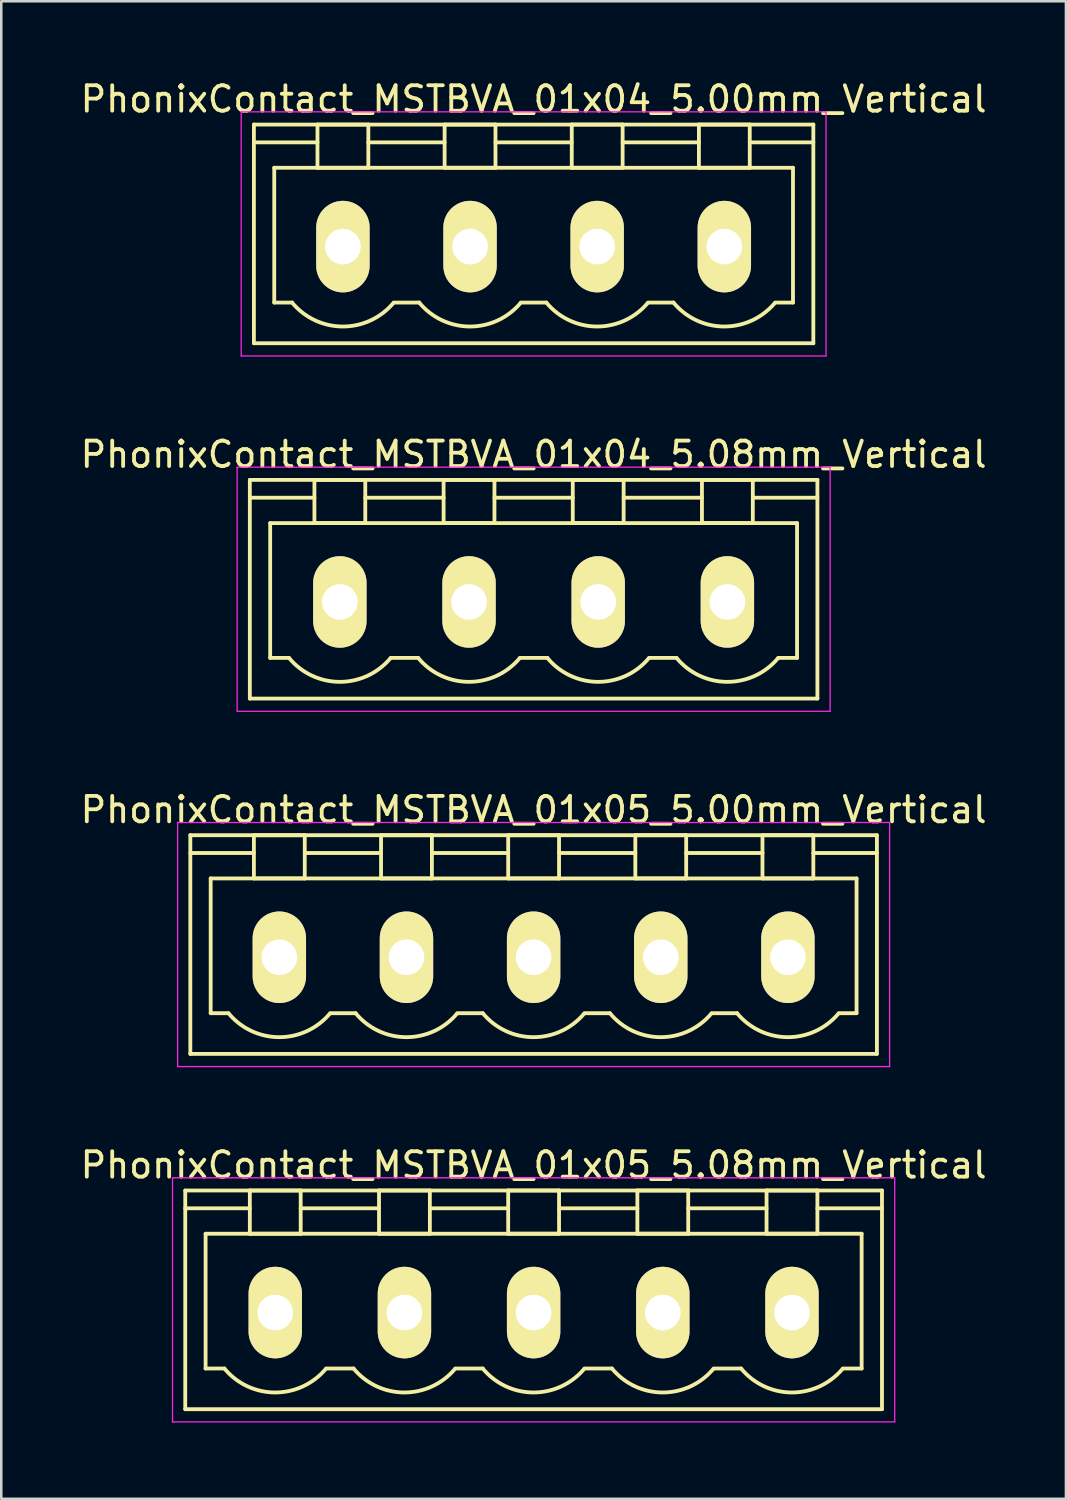
<source format=kicad_pcb>
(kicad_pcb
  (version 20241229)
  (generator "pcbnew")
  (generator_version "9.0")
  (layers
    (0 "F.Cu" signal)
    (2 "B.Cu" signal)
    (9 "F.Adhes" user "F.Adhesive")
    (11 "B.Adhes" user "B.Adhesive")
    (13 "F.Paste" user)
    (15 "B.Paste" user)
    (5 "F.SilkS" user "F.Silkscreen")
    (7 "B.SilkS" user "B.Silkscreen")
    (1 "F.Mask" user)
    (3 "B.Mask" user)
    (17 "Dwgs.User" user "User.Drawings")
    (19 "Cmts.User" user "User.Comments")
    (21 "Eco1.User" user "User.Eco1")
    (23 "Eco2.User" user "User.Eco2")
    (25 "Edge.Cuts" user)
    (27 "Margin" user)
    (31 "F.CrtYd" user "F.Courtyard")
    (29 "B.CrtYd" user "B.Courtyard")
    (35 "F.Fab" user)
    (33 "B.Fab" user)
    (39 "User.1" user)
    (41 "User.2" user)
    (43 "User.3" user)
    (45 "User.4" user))
  (footprint "PhonixContact_MSTBVA_01x05_5.08mm_Vertical"
    (layer "F.Cu")
    (at 7.775 48.568)
    (property "Reference" "PhonixContact_MSTBVA_01x05_5.08mm_Vertical" (at 10.16 -5.8 0) (layer "F.SilkS") (effects (font (size 1 1) (thickness 0.15))))
    (attr through_hole)
    (fp_line (start -3.54 -4.8) (end -3.54 3.8) (stroke (width 0.15) (type solid)) (layer "F.SilkS"))
    (fp_line (start -3.54 -4.1) (end -1 -4.1) (stroke (width 0.15) (type solid)) (layer "F.SilkS"))
    (fp_line (start -3.54 3.8) (end 23.86 3.8) (stroke (width 0.15) (type solid)) (layer "F.SilkS"))
    (fp_line (start -2.74 -3.1) (end 23.06 -3.1) (stroke (width 0.15) (type solid)) (layer "F.SilkS"))
    (fp_line (start -2.74 2.2) (end -2.74 -3.1) (stroke (width 0.15) (type solid)) (layer "F.SilkS"))
    (fp_line (start -2 2.2) (end -2.74 2.2) (stroke (width 0.15) (type solid)) (layer "F.SilkS"))
    (fp_line (start -1 -4.8) (end 1 -4.8) (stroke (width 0.15) (type solid)) (layer "F.SilkS"))
    (fp_line (start -1 -3.1) (end -1 -4.8) (stroke (width 0.15) (type solid)) (layer "F.SilkS"))
    (fp_line (start 1 -4.8) (end 1 -3.1) (stroke (width 0.15) (type solid)) (layer "F.SilkS"))
    (fp_line (start 1 -4.1) (end 4.08 -4.1) (stroke (width 0.15) (type solid)) (layer "F.SilkS"))
    (fp_line (start 1 -3.1) (end -1 -3.1) (stroke (width 0.15) (type solid)) (layer "F.SilkS"))
    (fp_line (start 2 2.2) (end 3.08 2.2) (stroke (width 0.15) (type solid)) (layer "F.SilkS"))
    (fp_line (start 4.08 -4.8) (end 6.08 -4.8) (stroke (width 0.15) (type solid)) (layer "F.SilkS"))
    (fp_line (start 4.08 -3.1) (end 4.08 -4.8) (stroke (width 0.15) (type solid)) (layer "F.SilkS"))
    (fp_line (start 6.08 -4.8) (end 6.08 -3.1) (stroke (width 0.15) (type solid)) (layer "F.SilkS"))
    (fp_line (start 6.08 -4.1) (end 9.16 -4.1) (stroke (width 0.15) (type solid)) (layer "F.SilkS"))
    (fp_line (start 6.08 -3.1) (end 4.08 -3.1) (stroke (width 0.15) (type solid)) (layer "F.SilkS"))
    (fp_line (start 7.08 2.2) (end 8.16 2.2) (stroke (width 0.15) (type solid)) (layer "F.SilkS"))
    (fp_line (start 9.16 -4.8) (end 11.16 -4.8) (stroke (width 0.15) (type solid)) (layer "F.SilkS"))
    (fp_line (start 9.16 -3.1) (end 9.16 -4.8) (stroke (width 0.15) (type solid)) (layer "F.SilkS"))
    (fp_line (start 11.16 -4.8) (end 11.16 -3.1) (stroke (width 0.15) (type solid)) (layer "F.SilkS"))
    (fp_line (start 11.16 -4.1) (end 14.24 -4.1) (stroke (width 0.15) (type solid)) (layer "F.SilkS"))
    (fp_line (start 11.16 -3.1) (end 9.16 -3.1) (stroke (width 0.15) (type solid)) (layer "F.SilkS"))
    (fp_line (start 12.16 2.2) (end 13.24 2.2) (stroke (width 0.15) (type solid)) (layer "F.SilkS"))
    (fp_line (start 14.24 -4.8) (end 16.24 -4.8) (stroke (width 0.15) (type solid)) (layer "F.SilkS"))
    (fp_line (start 14.24 -3.1) (end 14.24 -4.8) (stroke (width 0.15) (type solid)) (layer "F.SilkS"))
    (fp_line (start 16.24 -4.8) (end 16.24 -3.1) (stroke (width 0.15) (type solid)) (layer "F.SilkS"))
    (fp_line (start 16.24 -4.1) (end 19.32 -4.1) (stroke (width 0.15) (type solid)) (layer "F.SilkS"))
    (fp_line (start 16.24 -3.1) (end 14.24 -3.1) (stroke (width 0.15) (type solid)) (layer "F.SilkS"))
    (fp_line (start 17.24 2.2) (end 18.32 2.2) (stroke (width 0.15) (type solid)) (layer "F.SilkS"))
    (fp_line (start 19.32 -4.8) (end 21.32 -4.8) (stroke (width 0.15) (type solid)) (layer "F.SilkS"))
    (fp_line (start 19.32 -3.1) (end 19.32 -4.8) (stroke (width 0.15) (type solid)) (layer "F.SilkS"))
    (fp_line (start 21.32 -4.8) (end 21.32 -3.1) (stroke (width 0.15) (type solid)) (layer "F.SilkS"))
    (fp_line (start 21.32 -3.1) (end 19.32 -3.1) (stroke (width 0.15) (type solid)) (layer "F.SilkS"))
    (fp_line (start 23.06 -3.1) (end 23.06 2.2) (stroke (width 0.15) (type solid)) (layer "F.SilkS"))
    (fp_line (start 23.06 2.2) (end 22.32 2.2) (stroke (width 0.15) (type solid)) (layer "F.SilkS"))
    (fp_line (start 23.86 -4.8) (end -3.54 -4.8) (stroke (width 0.15) (type solid)) (layer "F.SilkS"))
    (fp_line (start 23.86 -4.1) (end 21.32 -4.1) (stroke (width 0.15) (type solid)) (layer "F.SilkS"))
    (fp_line (start 23.86 3.8) (end 23.86 -4.8) (stroke (width 0.15) (type solid)) (layer "F.SilkS"))
    (fp_arc (start 1.986842 2.215821) (mid -0.010289 3.142758) (end -2 2.2) (stroke (width 0.15) (type solid)) (layer "F.SilkS"))
    (fp_arc (start 7.066842 2.215821) (mid 5.069711 3.142758) (end 3.08 2.2) (stroke (width 0.15) (type solid)) (layer "F.SilkS"))
    (fp_arc (start 12.146842 2.215821) (mid 10.149711 3.142758) (end 8.16 2.2) (stroke (width 0.15) (type solid)) (layer "F.SilkS"))
    (fp_arc (start 17.226842 2.215821) (mid 15.229711 3.142758) (end 13.24 2.2) (stroke (width 0.15) (type solid)) (layer "F.SilkS"))
    (fp_arc (start 22.306842 2.215821) (mid 20.309711 3.142758) (end 18.32 2.2) (stroke (width 0.15) (type solid)) (layer "F.SilkS"))
    (fp_line (start -4.04 -5.3) (end -4.04 4.3) (stroke (width 0.05) (type solid)) (layer "F.CrtYd"))
    (fp_line (start -4.04 4.3) (end 24.36 4.3) (stroke (width 0.05) (type solid)) (layer "F.CrtYd"))
    (fp_line (start 24.36 -5.3) (end -4.04 -5.3) (stroke (width 0.05) (type solid)) (layer "F.CrtYd"))
    (fp_line (start 24.36 4.3) (end 24.36 -5.3) (stroke (width 0.05) (type solid)) (layer "F.CrtYd"))
    (pad "1" thru_hole oval (at 0 0) (size 2.1 3.6) (drill 1.4) (layers "*.Cu" "*.Mask" "F.SilkS"))
    (pad "2" thru_hole oval (at 5.08 0) (size 2.1 3.6) (drill 1.4) (layers "*.Cu" "*.Mask" "F.SilkS"))
    (pad "3" thru_hole oval (at 10.16 0) (size 2.1 3.6) (drill 1.4) (layers "*.Cu" "*.Mask" "F.SilkS"))
    (pad "4" thru_hole oval (at 15.24 0) (size 2.1 3.6) (drill 1.4) (layers "*.Cu" "*.Mask" "F.SilkS"))
    (pad "5" thru_hole oval (at 20.32 0) (size 2.1 3.6) (drill 1.4) (layers "*.Cu" "*.Mask" "F.SilkS")))
  (footprint "PhonixContact_MSTBVA_01x05_5.00mm_Vertical"
    (layer "F.Cu")
    (at 7.935 34.595)
    (property "Reference" "PhonixContact_MSTBVA_01x05_5.00mm_Vertical" (at 10 -5.8 0) (layer "F.SilkS") (effects (font (size 1 1) (thickness 0.15))))
    (attr through_hole)
    (fp_line (start -3.5 -4.8) (end -3.5 3.8) (stroke (width 0.15) (type solid)) (layer "F.SilkS"))
    (fp_line (start -3.5 -4.1) (end -1 -4.1) (stroke (width 0.15) (type solid)) (layer "F.SilkS"))
    (fp_line (start -3.5 3.8) (end 23.5 3.8) (stroke (width 0.15) (type solid)) (layer "F.SilkS"))
    (fp_line (start -2.7 -3.1) (end 22.7 -3.1) (stroke (width 0.15) (type solid)) (layer "F.SilkS"))
    (fp_line (start -2.7 2.2) (end -2.7 -3.1) (stroke (width 0.15) (type solid)) (layer "F.SilkS"))
    (fp_line (start -2 2.2) (end -2.7 2.2) (stroke (width 0.15) (type solid)) (layer "F.SilkS"))
    (fp_line (start -1 -4.8) (end 1 -4.8) (stroke (width 0.15) (type solid)) (layer "F.SilkS"))
    (fp_line (start -1 -3.1) (end -1 -4.8) (stroke (width 0.15) (type solid)) (layer "F.SilkS"))
    (fp_line (start 1 -4.8) (end 1 -3.1) (stroke (width 0.15) (type solid)) (layer "F.SilkS"))
    (fp_line (start 1 -4.1) (end 4 -4.1) (stroke (width 0.15) (type solid)) (layer "F.SilkS"))
    (fp_line (start 1 -3.1) (end -1 -3.1) (stroke (width 0.15) (type solid)) (layer "F.SilkS"))
    (fp_line (start 2 2.2) (end 3 2.2) (stroke (width 0.15) (type solid)) (layer "F.SilkS"))
    (fp_line (start 4 -4.8) (end 6 -4.8) (stroke (width 0.15) (type solid)) (layer "F.SilkS"))
    (fp_line (start 4 -3.1) (end 4 -4.8) (stroke (width 0.15) (type solid)) (layer "F.SilkS"))
    (fp_line (start 6 -4.8) (end 6 -3.1) (stroke (width 0.15) (type solid)) (layer "F.SilkS"))
    (fp_line (start 6 -4.1) (end 9 -4.1) (stroke (width 0.15) (type solid)) (layer "F.SilkS"))
    (fp_line (start 6 -3.1) (end 4 -3.1) (stroke (width 0.15) (type solid)) (layer "F.SilkS"))
    (fp_line (start 7 2.2) (end 8 2.2) (stroke (width 0.15) (type solid)) (layer "F.SilkS"))
    (fp_line (start 9 -4.8) (end 11 -4.8) (stroke (width 0.15) (type solid)) (layer "F.SilkS"))
    (fp_line (start 9 -3.1) (end 9 -4.8) (stroke (width 0.15) (type solid)) (layer "F.SilkS"))
    (fp_line (start 11 -4.8) (end 11 -3.1) (stroke (width 0.15) (type solid)) (layer "F.SilkS"))
    (fp_line (start 11 -4.1) (end 14 -4.1) (stroke (width 0.15) (type solid)) (layer "F.SilkS"))
    (fp_line (start 11 -3.1) (end 9 -3.1) (stroke (width 0.15) (type solid)) (layer "F.SilkS"))
    (fp_line (start 12 2.2) (end 13 2.2) (stroke (width 0.15) (type solid)) (layer "F.SilkS"))
    (fp_line (start 14 -4.8) (end 16 -4.8) (stroke (width 0.15) (type solid)) (layer "F.SilkS"))
    (fp_line (start 14 -3.1) (end 14 -4.8) (stroke (width 0.15) (type solid)) (layer "F.SilkS"))
    (fp_line (start 16 -4.8) (end 16 -3.1) (stroke (width 0.15) (type solid)) (layer "F.SilkS"))
    (fp_line (start 16 -4.1) (end 19 -4.1) (stroke (width 0.15) (type solid)) (layer "F.SilkS"))
    (fp_line (start 16 -3.1) (end 14 -3.1) (stroke (width 0.15) (type solid)) (layer "F.SilkS"))
    (fp_line (start 17 2.2) (end 18 2.2) (stroke (width 0.15) (type solid)) (layer "F.SilkS"))
    (fp_line (start 19 -4.8) (end 21 -4.8) (stroke (width 0.15) (type solid)) (layer "F.SilkS"))
    (fp_line (start 19 -3.1) (end 19 -4.8) (stroke (width 0.15) (type solid)) (layer "F.SilkS"))
    (fp_line (start 21 -4.8) (end 21 -3.1) (stroke (width 0.15) (type solid)) (layer "F.SilkS"))
    (fp_line (start 21 -3.1) (end 19 -3.1) (stroke (width 0.15) (type solid)) (layer "F.SilkS"))
    (fp_line (start 22.7 -3.1) (end 22.7 2.2) (stroke (width 0.15) (type solid)) (layer "F.SilkS"))
    (fp_line (start 22.7 2.2) (end 22 2.2) (stroke (width 0.15) (type solid)) (layer "F.SilkS"))
    (fp_line (start 23.5 -4.8) (end -3.5 -4.8) (stroke (width 0.15) (type solid)) (layer "F.SilkS"))
    (fp_line (start 23.5 -4.1) (end 21 -4.1) (stroke (width 0.15) (type solid)) (layer "F.SilkS"))
    (fp_line (start 23.5 3.8) (end 23.5 -4.8) (stroke (width 0.15) (type solid)) (layer "F.SilkS"))
    (fp_arc (start 1.986842 2.215821) (mid -0.010289 3.142758) (end -2 2.2) (stroke (width 0.15) (type solid)) (layer "F.SilkS"))
    (fp_arc (start 6.986842 2.215821) (mid 4.989711 3.142758) (end 3 2.2) (stroke (width 0.15) (type solid)) (layer "F.SilkS"))
    (fp_arc (start 11.986842 2.215821) (mid 9.989711 3.142758) (end 8 2.2) (stroke (width 0.15) (type solid)) (layer "F.SilkS"))
    (fp_arc (start 16.986842 2.215821) (mid 14.989711 3.142758) (end 13 2.2) (stroke (width 0.15) (type solid)) (layer "F.SilkS"))
    (fp_arc (start 21.986842 2.215821) (mid 19.989711 3.142758) (end 18 2.2) (stroke (width 0.15) (type solid)) (layer "F.SilkS"))
    (fp_line (start -4 -5.3) (end -4 4.3) (stroke (width 0.05) (type solid)) (layer "F.CrtYd"))
    (fp_line (start -4 4.3) (end 24 4.3) (stroke (width 0.05) (type solid)) (layer "F.CrtYd"))
    (fp_line (start 24 -5.3) (end -4 -5.3) (stroke (width 0.05) (type solid)) (layer "F.CrtYd"))
    (fp_line (start 24 4.3) (end 24 -5.3) (stroke (width 0.05) (type solid)) (layer "F.CrtYd"))
    (pad "1" thru_hole oval (at 0 0) (size 2.1 3.6) (drill 1.4) (layers "*.Cu" "*.Mask" "F.SilkS"))
    (pad "2" thru_hole oval (at 5 0) (size 2.1 3.6) (drill 1.4) (layers "*.Cu" "*.Mask" "F.SilkS"))
    (pad "3" thru_hole oval (at 10 0) (size 2.1 3.6) (drill 1.4) (layers "*.Cu" "*.Mask" "F.SilkS"))
    (pad "4" thru_hole oval (at 15 0) (size 2.1 3.6) (drill 1.4) (layers "*.Cu" "*.Mask" "F.SilkS"))
    (pad "5" thru_hole oval (at 20 0) (size 2.1 3.6) (drill 1.4) (layers "*.Cu" "*.Mask" "F.SilkS")))
  (footprint "PhonixContact_MSTBVA_01x04_5.08mm_Vertical"
    (layer "F.Cu")
    (at 10.315 20.622)
    (property "Reference" "PhonixContact_MSTBVA_01x04_5.08mm_Vertical" (at 7.62 -5.8 0) (layer "F.SilkS") (effects (font (size 1 1) (thickness 0.15))))
    (attr through_hole)
    (fp_line (start -3.54 -4.8) (end -3.54 3.8) (stroke (width 0.15) (type solid)) (layer "F.SilkS"))
    (fp_line (start -3.54 -4.1) (end -1 -4.1) (stroke (width 0.15) (type solid)) (layer "F.SilkS"))
    (fp_line (start -3.54 3.8) (end 18.78 3.8) (stroke (width 0.15) (type solid)) (layer "F.SilkS"))
    (fp_line (start -2.74 -3.1) (end 17.98 -3.1) (stroke (width 0.15) (type solid)) (layer "F.SilkS"))
    (fp_line (start -2.74 2.2) (end -2.74 -3.1) (stroke (width 0.15) (type solid)) (layer "F.SilkS"))
    (fp_line (start -2 2.2) (end -2.74 2.2) (stroke (width 0.15) (type solid)) (layer "F.SilkS"))
    (fp_line (start -1 -4.8) (end 1 -4.8) (stroke (width 0.15) (type solid)) (layer "F.SilkS"))
    (fp_line (start -1 -3.1) (end -1 -4.8) (stroke (width 0.15) (type solid)) (layer "F.SilkS"))
    (fp_line (start 1 -4.8) (end 1 -3.1) (stroke (width 0.15) (type solid)) (layer "F.SilkS"))
    (fp_line (start 1 -4.1) (end 4.08 -4.1) (stroke (width 0.15) (type solid)) (layer "F.SilkS"))
    (fp_line (start 1 -3.1) (end -1 -3.1) (stroke (width 0.15) (type solid)) (layer "F.SilkS"))
    (fp_line (start 2 2.2) (end 3.08 2.2) (stroke (width 0.15) (type solid)) (layer "F.SilkS"))
    (fp_line (start 4.08 -4.8) (end 6.08 -4.8) (stroke (width 0.15) (type solid)) (layer "F.SilkS"))
    (fp_line (start 4.08 -3.1) (end 4.08 -4.8) (stroke (width 0.15) (type solid)) (layer "F.SilkS"))
    (fp_line (start 6.08 -4.8) (end 6.08 -3.1) (stroke (width 0.15) (type solid)) (layer "F.SilkS"))
    (fp_line (start 6.08 -4.1) (end 9.16 -4.1) (stroke (width 0.15) (type solid)) (layer "F.SilkS"))
    (fp_line (start 6.08 -3.1) (end 4.08 -3.1) (stroke (width 0.15) (type solid)) (layer "F.SilkS"))
    (fp_line (start 7.08 2.2) (end 8.16 2.2) (stroke (width 0.15) (type solid)) (layer "F.SilkS"))
    (fp_line (start 9.16 -4.8) (end 11.16 -4.8) (stroke (width 0.15) (type solid)) (layer "F.SilkS"))
    (fp_line (start 9.16 -3.1) (end 9.16 -4.8) (stroke (width 0.15) (type solid)) (layer "F.SilkS"))
    (fp_line (start 11.16 -4.8) (end 11.16 -3.1) (stroke (width 0.15) (type solid)) (layer "F.SilkS"))
    (fp_line (start 11.16 -4.1) (end 14.24 -4.1) (stroke (width 0.15) (type solid)) (layer "F.SilkS"))
    (fp_line (start 11.16 -3.1) (end 9.16 -3.1) (stroke (width 0.15) (type solid)) (layer "F.SilkS"))
    (fp_line (start 12.16 2.2) (end 13.24 2.2) (stroke (width 0.15) (type solid)) (layer "F.SilkS"))
    (fp_line (start 14.24 -4.8) (end 16.24 -4.8) (stroke (width 0.15) (type solid)) (layer "F.SilkS"))
    (fp_line (start 14.24 -3.1) (end 14.24 -4.8) (stroke (width 0.15) (type solid)) (layer "F.SilkS"))
    (fp_line (start 16.24 -4.8) (end 16.24 -3.1) (stroke (width 0.15) (type solid)) (layer "F.SilkS"))
    (fp_line (start 16.24 -3.1) (end 14.24 -3.1) (stroke (width 0.15) (type solid)) (layer "F.SilkS"))
    (fp_line (start 17.98 -3.1) (end 17.98 2.2) (stroke (width 0.15) (type solid)) (layer "F.SilkS"))
    (fp_line (start 17.98 2.2) (end 17.24 2.2) (stroke (width 0.15) (type solid)) (layer "F.SilkS"))
    (fp_line (start 18.78 -4.8) (end -3.54 -4.8) (stroke (width 0.15) (type solid)) (layer "F.SilkS"))
    (fp_line (start 18.78 -4.1) (end 16.24 -4.1) (stroke (width 0.15) (type solid)) (layer "F.SilkS"))
    (fp_line (start 18.78 3.8) (end 18.78 -4.8) (stroke (width 0.15) (type solid)) (layer "F.SilkS"))
    (fp_arc (start 1.986842 2.215821) (mid -0.010289 3.142758) (end -2 2.2) (stroke (width 0.15) (type solid)) (layer "F.SilkS"))
    (fp_arc (start 7.066842 2.215821) (mid 5.069711 3.142758) (end 3.08 2.2) (stroke (width 0.15) (type solid)) (layer "F.SilkS"))
    (fp_arc (start 12.146842 2.215821) (mid 10.149711 3.142758) (end 8.16 2.2) (stroke (width 0.15) (type solid)) (layer "F.SilkS"))
    (fp_arc (start 17.226842 2.215821) (mid 15.229711 3.142758) (end 13.24 2.2) (stroke (width 0.15) (type solid)) (layer "F.SilkS"))
    (fp_line (start -4.04 -5.3) (end -4.04 4.3) (stroke (width 0.05) (type solid)) (layer "F.CrtYd"))
    (fp_line (start -4.04 4.3) (end 19.28 4.3) (stroke (width 0.05) (type solid)) (layer "F.CrtYd"))
    (fp_line (start 19.28 -5.3) (end -4.04 -5.3) (stroke (width 0.05) (type solid)) (layer "F.CrtYd"))
    (fp_line (start 19.28 4.3) (end 19.28 -5.3) (stroke (width 0.05) (type solid)) (layer "F.CrtYd"))
    (pad "1" thru_hole oval (at 0 0) (size 2.1 3.6) (drill 1.4) (layers "*.Cu" "*.Mask" "F.SilkS"))
    (pad "2" thru_hole oval (at 5.08 0) (size 2.1 3.6) (drill 1.4) (layers "*.Cu" "*.Mask" "F.SilkS"))
    (pad "3" thru_hole oval (at 10.16 0) (size 2.1 3.6) (drill 1.4) (layers "*.Cu" "*.Mask" "F.SilkS"))
    (pad "4" thru_hole oval (at 15.24 0) (size 2.1 3.6) (drill 1.4) (layers "*.Cu" "*.Mask" "F.SilkS")))
  (footprint "PhonixContact_MSTBVA_01x04_5.00mm_Vertical"
    (layer "F.Cu")
    (at 10.435 6.648)
    (property "Reference" "PhonixContact_MSTBVA_01x04_5.00mm_Vertical" (at 7.5 -5.8 0) (layer "F.SilkS") (effects (font (size 1 1) (thickness 0.15))))
    (attr through_hole)
    (fp_line (start -3.5 -4.8) (end -3.5 3.8) (stroke (width 0.15) (type solid)) (layer "F.SilkS"))
    (fp_line (start -3.5 -4.1) (end -1 -4.1) (stroke (width 0.15) (type solid)) (layer "F.SilkS"))
    (fp_line (start -3.5 3.8) (end 18.5 3.8) (stroke (width 0.15) (type solid)) (layer "F.SilkS"))
    (fp_line (start -2.7 -3.1) (end 17.7 -3.1) (stroke (width 0.15) (type solid)) (layer "F.SilkS"))
    (fp_line (start -2.7 2.2) (end -2.7 -3.1) (stroke (width 0.15) (type solid)) (layer "F.SilkS"))
    (fp_line (start -2 2.2) (end -2.7 2.2) (stroke (width 0.15) (type solid)) (layer "F.SilkS"))
    (fp_line (start -1 -4.8) (end 1 -4.8) (stroke (width 0.15) (type solid)) (layer "F.SilkS"))
    (fp_line (start -1 -3.1) (end -1 -4.8) (stroke (width 0.15) (type solid)) (layer "F.SilkS"))
    (fp_line (start 1 -4.8) (end 1 -3.1) (stroke (width 0.15) (type solid)) (layer "F.SilkS"))
    (fp_line (start 1 -4.1) (end 4 -4.1) (stroke (width 0.15) (type solid)) (layer "F.SilkS"))
    (fp_line (start 1 -3.1) (end -1 -3.1) (stroke (width 0.15) (type solid)) (layer "F.SilkS"))
    (fp_line (start 2 2.2) (end 3 2.2) (stroke (width 0.15) (type solid)) (layer "F.SilkS"))
    (fp_line (start 4 -4.8) (end 6 -4.8) (stroke (width 0.15) (type solid)) (layer "F.SilkS"))
    (fp_line (start 4 -3.1) (end 4 -4.8) (stroke (width 0.15) (type solid)) (layer "F.SilkS"))
    (fp_line (start 6 -4.8) (end 6 -3.1) (stroke (width 0.15) (type solid)) (layer "F.SilkS"))
    (fp_line (start 6 -4.1) (end 9 -4.1) (stroke (width 0.15) (type solid)) (layer "F.SilkS"))
    (fp_line (start 6 -3.1) (end 4 -3.1) (stroke (width 0.15) (type solid)) (layer "F.SilkS"))
    (fp_line (start 7 2.2) (end 8 2.2) (stroke (width 0.15) (type solid)) (layer "F.SilkS"))
    (fp_line (start 9 -4.8) (end 11 -4.8) (stroke (width 0.15) (type solid)) (layer "F.SilkS"))
    (fp_line (start 9 -3.1) (end 9 -4.8) (stroke (width 0.15) (type solid)) (layer "F.SilkS"))
    (fp_line (start 11 -4.8) (end 11 -3.1) (stroke (width 0.15) (type solid)) (layer "F.SilkS"))
    (fp_line (start 11 -4.1) (end 14 -4.1) (stroke (width 0.15) (type solid)) (layer "F.SilkS"))
    (fp_line (start 11 -3.1) (end 9 -3.1) (stroke (width 0.15) (type solid)) (layer "F.SilkS"))
    (fp_line (start 12 2.2) (end 13 2.2) (stroke (width 0.15) (type solid)) (layer "F.SilkS"))
    (fp_line (start 14 -4.8) (end 16 -4.8) (stroke (width 0.15) (type solid)) (layer "F.SilkS"))
    (fp_line (start 14 -3.1) (end 14 -4.8) (stroke (width 0.15) (type solid)) (layer "F.SilkS"))
    (fp_line (start 16 -4.8) (end 16 -3.1) (stroke (width 0.15) (type solid)) (layer "F.SilkS"))
    (fp_line (start 16 -3.1) (end 14 -3.1) (stroke (width 0.15) (type solid)) (layer "F.SilkS"))
    (fp_line (start 17.7 -3.1) (end 17.7 2.2) (stroke (width 0.15) (type solid)) (layer "F.SilkS"))
    (fp_line (start 17.7 2.2) (end 17 2.2) (stroke (width 0.15) (type solid)) (layer "F.SilkS"))
    (fp_line (start 18.5 -4.8) (end -3.5 -4.8) (stroke (width 0.15) (type solid)) (layer "F.SilkS"))
    (fp_line (start 18.5 -4.1) (end 16 -4.1) (stroke (width 0.15) (type solid)) (layer "F.SilkS"))
    (fp_line (start 18.5 3.8) (end 18.5 -4.8) (stroke (width 0.15) (type solid)) (layer "F.SilkS"))
    (fp_arc (start 1.986842 2.215821) (mid -0.010289 3.142758) (end -2 2.2) (stroke (width 0.15) (type solid)) (layer "F.SilkS"))
    (fp_arc (start 6.986842 2.215821) (mid 4.989711 3.142758) (end 3 2.2) (stroke (width 0.15) (type solid)) (layer "F.SilkS"))
    (fp_arc (start 11.986842 2.215821) (mid 9.989711 3.142758) (end 8 2.2) (stroke (width 0.15) (type solid)) (layer "F.SilkS"))
    (fp_arc (start 16.986842 2.215821) (mid 14.989711 3.142758) (end 13 2.2) (stroke (width 0.15) (type solid)) (layer "F.SilkS"))
    (fp_line (start -4 -5.3) (end -4 4.3) (stroke (width 0.05) (type solid)) (layer "F.CrtYd"))
    (fp_line (start -4 4.3) (end 19 4.3) (stroke (width 0.05) (type solid)) (layer "F.CrtYd"))
    (fp_line (start 19 -5.3) (end -4 -5.3) (stroke (width 0.05) (type solid)) (layer "F.CrtYd"))
    (fp_line (start 19 4.3) (end 19 -5.3) (stroke (width 0.05) (type solid)) (layer "F.CrtYd"))
    (pad "1" thru_hole oval (at 0 0) (size 2.1 3.6) (drill 1.4) (layers "*.Cu" "*.Mask" "F.SilkS"))
    (pad "2" thru_hole oval (at 5 0) (size 2.1 3.6) (drill 1.4) (layers "*.Cu" "*.Mask" "F.SilkS"))
    (pad "3" thru_hole oval (at 10 0) (size 2.1 3.6) (drill 1.4) (layers "*.Cu" "*.Mask" "F.SilkS"))
    (pad "4" thru_hole oval (at 15 0) (size 2.1 3.6) (drill 1.4) (layers "*.Cu" "*.Mask" "F.SilkS")))
  (gr_rect
    (start -3 -3)
    (end 38.869 55.893)
    (stroke (width 0.1) (type default))
    (fill no)
    (layer "Edge.Cuts")))
</source>
